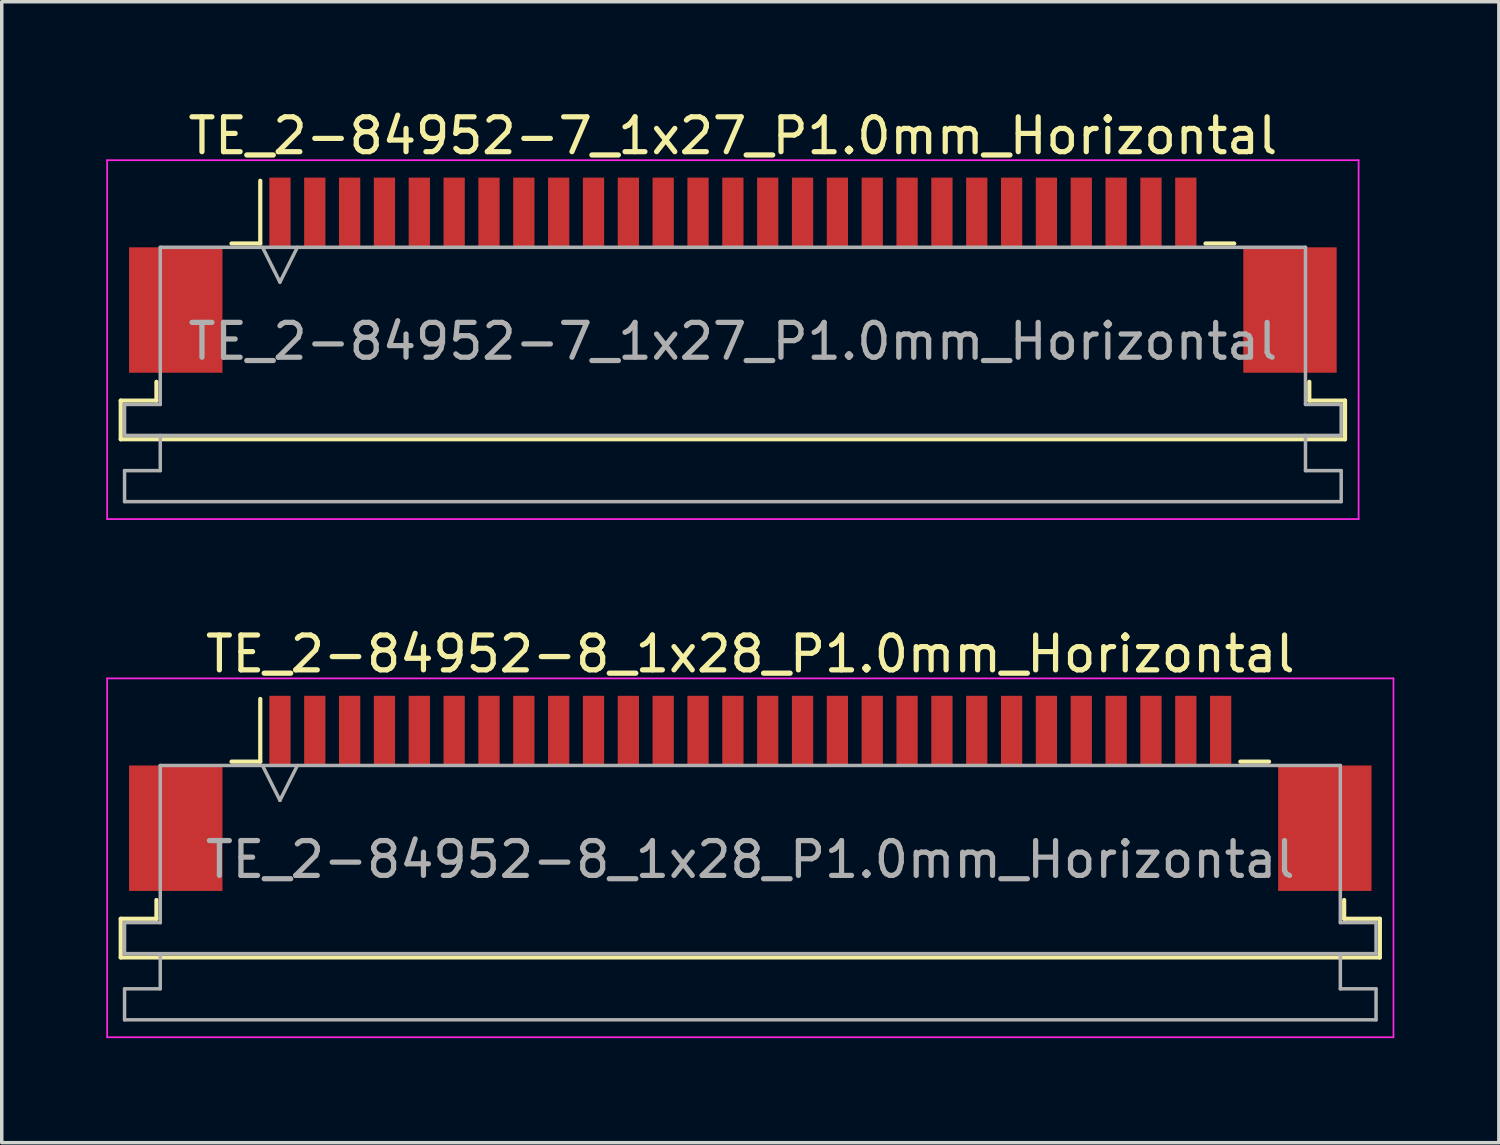
<source format=kicad_pcb>
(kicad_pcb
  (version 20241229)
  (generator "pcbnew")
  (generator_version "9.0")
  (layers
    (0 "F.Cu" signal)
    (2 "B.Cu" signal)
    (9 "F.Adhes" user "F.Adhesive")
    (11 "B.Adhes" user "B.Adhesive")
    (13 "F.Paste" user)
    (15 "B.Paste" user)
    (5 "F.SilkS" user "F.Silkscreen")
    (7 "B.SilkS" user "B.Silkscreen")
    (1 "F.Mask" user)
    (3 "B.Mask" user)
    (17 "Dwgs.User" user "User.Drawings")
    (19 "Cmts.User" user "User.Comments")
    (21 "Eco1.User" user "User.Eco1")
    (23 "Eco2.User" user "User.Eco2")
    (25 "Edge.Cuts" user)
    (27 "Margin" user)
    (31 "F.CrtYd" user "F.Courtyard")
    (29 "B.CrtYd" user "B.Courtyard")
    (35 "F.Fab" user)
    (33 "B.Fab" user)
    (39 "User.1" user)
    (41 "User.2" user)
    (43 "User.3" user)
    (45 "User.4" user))
  (footprint "TE_2-84952-7_1x27_P1.0mm_Horizontal"
    (layer "F.Cu")
    (at 17.985 4.848)
    (property "Reference" "TE_2-84952-7_1x27_P1.0mm_Horizontal" (at 0 -4 0) (layer "F.SilkS") (effects (font (size 1 1) (thickness 0.15))))
    (attr smd)
    (fp_line (start -17.57 3.6) (end -16.545 3.6) (stroke (width 0.12) (type solid)) (layer "F.SilkS"))
    (fp_line (start -17.57 4.71) (end -17.57 3.6) (stroke (width 0.12) (type solid)) (layer "F.SilkS"))
    (fp_line (start -16.545 3.6) (end -16.545 3.06) (stroke (width 0.12) (type solid)) (layer "F.SilkS"))
    (fp_line (start -14.39 -0.91) (end -13.565 -0.91) (stroke (width 0.12) (type solid)) (layer "F.SilkS"))
    (fp_line (start -13.565 -0.91) (end -13.565 -2.71) (stroke (width 0.12) (type solid)) (layer "F.SilkS"))
    (fp_line (start 13.565 -0.91) (end 14.39 -0.91) (stroke (width 0.12) (type solid)) (layer "F.SilkS"))
    (fp_line (start 16.545 3.06) (end 16.545 3.6) (stroke (width 0.12) (type solid)) (layer "F.SilkS"))
    (fp_line (start 16.545 3.6) (end 17.57 3.6) (stroke (width 0.12) (type solid)) (layer "F.SilkS"))
    (fp_line (start 17.57 3.6) (end 17.57 4.71) (stroke (width 0.12) (type solid)) (layer "F.SilkS"))
    (fp_line (start 17.57 4.71) (end -17.57 4.71) (stroke (width 0.12) (type solid)) (layer "F.SilkS"))
    (fp_line (start -17.96 -3.3) (end -17.96 7) (stroke (width 0.05) (type solid)) (layer "F.CrtYd"))
    (fp_line (start -17.96 7) (end 17.96 7) (stroke (width 0.05) (type solid)) (layer "F.CrtYd"))
    (fp_line (start 17.96 -3.3) (end -17.96 -3.3) (stroke (width 0.05) (type solid)) (layer "F.CrtYd"))
    (fp_line (start 17.96 7) (end 17.96 -3.3) (stroke (width 0.05) (type solid)) (layer "F.CrtYd"))
    (fp_line (start -17.46 3.71) (end -16.435 3.71) (stroke (width 0.1) (type solid)) (layer "F.Fab"))
    (fp_line (start -17.46 4.6) (end -17.46 3.71) (stroke (width 0.1) (type solid)) (layer "F.Fab"))
    (fp_line (start -17.46 5.61) (end -16.435 5.61) (stroke (width 0.1) (type solid)) (layer "F.Fab"))
    (fp_line (start -17.46 6.5) (end -17.46 5.61) (stroke (width 0.1) (type solid)) (layer "F.Fab"))
    (fp_line (start -16.435 -0.8) (end 16.435 -0.8) (stroke (width 0.1) (type solid)) (layer "F.Fab"))
    (fp_line (start -16.435 3.71) (end -16.435 -0.8) (stroke (width 0.1) (type solid)) (layer "F.Fab"))
    (fp_line (start -16.435 5.61) (end -16.435 4.6) (stroke (width 0.1) (type solid)) (layer "F.Fab"))
    (fp_line (start -13.5 -0.8) (end -13 0.2) (stroke (width 0.1) (type solid)) (layer "F.Fab"))
    (fp_line (start -13 0.2) (end -12.5 -0.8) (stroke (width 0.1) (type solid)) (layer "F.Fab"))
    (fp_line (start 16.435 -0.8) (end 16.435 3.71) (stroke (width 0.1) (type solid)) (layer "F.Fab"))
    (fp_line (start 16.435 3.71) (end 17.46 3.71) (stroke (width 0.1) (type solid)) (layer "F.Fab"))
    (fp_line (start 16.435 4.6) (end 16.435 5.61) (stroke (width 0.1) (type solid)) (layer "F.Fab"))
    (fp_line (start 16.435 5.61) (end 17.46 5.61) (stroke (width 0.1) (type solid)) (layer "F.Fab"))
    (fp_line (start 17.46 3.71) (end 17.46 4.6) (stroke (width 0.1) (type solid)) (layer "F.Fab"))
    (fp_line (start 17.46 4.6) (end -17.46 4.6) (stroke (width 0.1) (type solid)) (layer "F.Fab"))
    (fp_line (start 17.46 5.61) (end 17.46 6.5) (stroke (width 0.1) (type solid)) (layer "F.Fab"))
    (fp_line (start 17.46 6.5) (end -17.46 6.5) (stroke (width 0.1) (type solid)) (layer "F.Fab"))
    (fp_text user "${REFERENCE}" (at 0 1.9 0) (layer "F.Fab") (effects (font (size 1 1) (thickness 0.15))))
    (pad "" smd rect (at -15.99 1) (size 2.68 3.6) (layers "F.Cu" "F.Mask" "F.Paste"))
    (pad "" smd rect (at 15.99 1) (size 2.68 3.6) (layers "F.Cu" "F.Mask" "F.Paste"))
    (pad "1" smd rect (at -13 -1.8) (size 0.61 2) (layers "F.Cu" "F.Mask" "F.Paste"))
    (pad "2" smd rect (at -12 -1.8) (size 0.61 2) (layers "F.Cu" "F.Mask" "F.Paste"))
    (pad "3" smd rect (at -11 -1.8) (size 0.61 2) (layers "F.Cu" "F.Mask" "F.Paste"))
    (pad "4" smd rect (at -10 -1.8) (size 0.61 2) (layers "F.Cu" "F.Mask" "F.Paste"))
    (pad "5" smd rect (at -9 -1.8) (size 0.61 2) (layers "F.Cu" "F.Mask" "F.Paste"))
    (pad "6" smd rect (at -8 -1.8) (size 0.61 2) (layers "F.Cu" "F.Mask" "F.Paste"))
    (pad "7" smd rect (at -7 -1.8) (size 0.61 2) (layers "F.Cu" "F.Mask" "F.Paste"))
    (pad "8" smd rect (at -6 -1.8) (size 0.61 2) (layers "F.Cu" "F.Mask" "F.Paste"))
    (pad "9" smd rect (at -5 -1.8) (size 0.61 2) (layers "F.Cu" "F.Mask" "F.Paste"))
    (pad "10" smd rect (at -4 -1.8) (size 0.61 2) (layers "F.Cu" "F.Mask" "F.Paste"))
    (pad "11" smd rect (at -3 -1.8) (size 0.61 2) (layers "F.Cu" "F.Mask" "F.Paste"))
    (pad "12" smd rect (at -2 -1.8) (size 0.61 2) (layers "F.Cu" "F.Mask" "F.Paste"))
    (pad "13" smd rect (at -1 -1.8) (size 0.61 2) (layers "F.Cu" "F.Mask" "F.Paste"))
    (pad "14" smd rect (at 0 -1.8) (size 0.61 2) (layers "F.Cu" "F.Mask" "F.Paste"))
    (pad "15" smd rect (at 1 -1.8) (size 0.61 2) (layers "F.Cu" "F.Mask" "F.Paste"))
    (pad "16" smd rect (at 2 -1.8) (size 0.61 2) (layers "F.Cu" "F.Mask" "F.Paste"))
    (pad "17" smd rect (at 3 -1.8) (size 0.61 2) (layers "F.Cu" "F.Mask" "F.Paste"))
    (pad "18" smd rect (at 4 -1.8) (size 0.61 2) (layers "F.Cu" "F.Mask" "F.Paste"))
    (pad "19" smd rect (at 5 -1.8) (size 0.61 2) (layers "F.Cu" "F.Mask" "F.Paste"))
    (pad "20" smd rect (at 6 -1.8) (size 0.61 2) (layers "F.Cu" "F.Mask" "F.Paste"))
    (pad "21" smd rect (at 7 -1.8) (size 0.61 2) (layers "F.Cu" "F.Mask" "F.Paste"))
    (pad "22" smd rect (at 8 -1.8) (size 0.61 2) (layers "F.Cu" "F.Mask" "F.Paste"))
    (pad "23" smd rect (at 9 -1.8) (size 0.61 2) (layers "F.Cu" "F.Mask" "F.Paste"))
    (pad "24" smd rect (at 10 -1.8) (size 0.61 2) (layers "F.Cu" "F.Mask" "F.Paste"))
    (pad "25" smd rect (at 11 -1.8) (size 0.61 2) (layers "F.Cu" "F.Mask" "F.Paste"))
    (pad "26" smd rect (at 12 -1.8) (size 0.61 2) (layers "F.Cu" "F.Mask" "F.Paste"))
    (pad "27" smd rect (at 13 -1.8) (size 0.61 2) (layers "F.Cu" "F.Mask" "F.Paste")))
  (footprint "TE_2-84952-8_1x28_P1.0mm_Horizontal"
    (layer "F.Cu")
    (at 18.485 19.721)
    (property "Reference" "TE_2-84952-8_1x28_P1.0mm_Horizontal" (at 0 -4 0) (layer "F.SilkS") (effects (font (size 1 1) (thickness 0.15))))
    (attr smd)
    (fp_line (start -18.07 3.6) (end -17.045 3.6) (stroke (width 0.12) (type solid)) (layer "F.SilkS"))
    (fp_line (start -18.07 4.71) (end -18.07 3.6) (stroke (width 0.12) (type solid)) (layer "F.SilkS"))
    (fp_line (start -17.045 3.6) (end -17.045 3.06) (stroke (width 0.12) (type solid)) (layer "F.SilkS"))
    (fp_line (start -14.89 -0.91) (end -14.065 -0.91) (stroke (width 0.12) (type solid)) (layer "F.SilkS"))
    (fp_line (start -14.065 -0.91) (end -14.065 -2.71) (stroke (width 0.12) (type solid)) (layer "F.SilkS"))
    (fp_line (start 14.065 -0.91) (end 14.89 -0.91) (stroke (width 0.12) (type solid)) (layer "F.SilkS"))
    (fp_line (start 17.045 3.06) (end 17.045 3.6) (stroke (width 0.12) (type solid)) (layer "F.SilkS"))
    (fp_line (start 17.045 3.6) (end 18.07 3.6) (stroke (width 0.12) (type solid)) (layer "F.SilkS"))
    (fp_line (start 18.07 3.6) (end 18.07 4.71) (stroke (width 0.12) (type solid)) (layer "F.SilkS"))
    (fp_line (start 18.07 4.71) (end -18.07 4.71) (stroke (width 0.12) (type solid)) (layer "F.SilkS"))
    (fp_line (start -18.46 -3.3) (end -18.46 7) (stroke (width 0.05) (type solid)) (layer "F.CrtYd"))
    (fp_line (start -18.46 7) (end 18.46 7) (stroke (width 0.05) (type solid)) (layer "F.CrtYd"))
    (fp_line (start 18.46 -3.3) (end -18.46 -3.3) (stroke (width 0.05) (type solid)) (layer "F.CrtYd"))
    (fp_line (start 18.46 7) (end 18.46 -3.3) (stroke (width 0.05) (type solid)) (layer "F.CrtYd"))
    (fp_line (start -17.96 3.71) (end -16.935 3.71) (stroke (width 0.1) (type solid)) (layer "F.Fab"))
    (fp_line (start -17.96 4.6) (end -17.96 3.71) (stroke (width 0.1) (type solid)) (layer "F.Fab"))
    (fp_line (start -17.96 5.61) (end -16.935 5.61) (stroke (width 0.1) (type solid)) (layer "F.Fab"))
    (fp_line (start -17.96 6.5) (end -17.96 5.61) (stroke (width 0.1) (type solid)) (layer "F.Fab"))
    (fp_line (start -16.935 -0.8) (end 16.935 -0.8) (stroke (width 0.1) (type solid)) (layer "F.Fab"))
    (fp_line (start -16.935 3.71) (end -16.935 -0.8) (stroke (width 0.1) (type solid)) (layer "F.Fab"))
    (fp_line (start -16.935 5.61) (end -16.935 4.6) (stroke (width 0.1) (type solid)) (layer "F.Fab"))
    (fp_line (start -14 -0.8) (end -13.5 0.2) (stroke (width 0.1) (type solid)) (layer "F.Fab"))
    (fp_line (start -13.5 0.2) (end -13 -0.8) (stroke (width 0.1) (type solid)) (layer "F.Fab"))
    (fp_line (start 16.935 -0.8) (end 16.935 3.71) (stroke (width 0.1) (type solid)) (layer "F.Fab"))
    (fp_line (start 16.935 3.71) (end 17.96 3.71) (stroke (width 0.1) (type solid)) (layer "F.Fab"))
    (fp_line (start 16.935 4.6) (end 16.935 5.61) (stroke (width 0.1) (type solid)) (layer "F.Fab"))
    (fp_line (start 16.935 5.61) (end 17.96 5.61) (stroke (width 0.1) (type solid)) (layer "F.Fab"))
    (fp_line (start 17.96 3.71) (end 17.96 4.6) (stroke (width 0.1) (type solid)) (layer "F.Fab"))
    (fp_line (start 17.96 4.6) (end -17.96 4.6) (stroke (width 0.1) (type solid)) (layer "F.Fab"))
    (fp_line (start 17.96 5.61) (end 17.96 6.5) (stroke (width 0.1) (type solid)) (layer "F.Fab"))
    (fp_line (start 17.96 6.5) (end -17.96 6.5) (stroke (width 0.1) (type solid)) (layer "F.Fab"))
    (fp_text user "${REFERENCE}" (at 0 1.9 0) (layer "F.Fab") (effects (font (size 1 1) (thickness 0.15))))
    (pad "" smd rect (at -16.49 1) (size 2.68 3.6) (layers "F.Cu" "F.Mask" "F.Paste"))
    (pad "" smd rect (at 16.49 1) (size 2.68 3.6) (layers "F.Cu" "F.Mask" "F.Paste"))
    (pad "1" smd rect (at -13.5 -1.8) (size 0.61 2) (layers "F.Cu" "F.Mask" "F.Paste"))
    (pad "2" smd rect (at -12.5 -1.8) (size 0.61 2) (layers "F.Cu" "F.Mask" "F.Paste"))
    (pad "3" smd rect (at -11.5 -1.8) (size 0.61 2) (layers "F.Cu" "F.Mask" "F.Paste"))
    (pad "4" smd rect (at -10.5 -1.8) (size 0.61 2) (layers "F.Cu" "F.Mask" "F.Paste"))
    (pad "5" smd rect (at -9.5 -1.8) (size 0.61 2) (layers "F.Cu" "F.Mask" "F.Paste"))
    (pad "6" smd rect (at -8.5 -1.8) (size 0.61 2) (layers "F.Cu" "F.Mask" "F.Paste"))
    (pad "7" smd rect (at -7.5 -1.8) (size 0.61 2) (layers "F.Cu" "F.Mask" "F.Paste"))
    (pad "8" smd rect (at -6.5 -1.8) (size 0.61 2) (layers "F.Cu" "F.Mask" "F.Paste"))
    (pad "9" smd rect (at -5.5 -1.8) (size 0.61 2) (layers "F.Cu" "F.Mask" "F.Paste"))
    (pad "10" smd rect (at -4.5 -1.8) (size 0.61 2) (layers "F.Cu" "F.Mask" "F.Paste"))
    (pad "11" smd rect (at -3.5 -1.8) (size 0.61 2) (layers "F.Cu" "F.Mask" "F.Paste"))
    (pad "12" smd rect (at -2.5 -1.8) (size 0.61 2) (layers "F.Cu" "F.Mask" "F.Paste"))
    (pad "13" smd rect (at -1.5 -1.8) (size 0.61 2) (layers "F.Cu" "F.Mask" "F.Paste"))
    (pad "14" smd rect (at -0.5 -1.8) (size 0.61 2) (layers "F.Cu" "F.Mask" "F.Paste"))
    (pad "15" smd rect (at 0.5 -1.8) (size 0.61 2) (layers "F.Cu" "F.Mask" "F.Paste"))
    (pad "16" smd rect (at 1.5 -1.8) (size 0.61 2) (layers "F.Cu" "F.Mask" "F.Paste"))
    (pad "17" smd rect (at 2.5 -1.8) (size 0.61 2) (layers "F.Cu" "F.Mask" "F.Paste"))
    (pad "18" smd rect (at 3.5 -1.8) (size 0.61 2) (layers "F.Cu" "F.Mask" "F.Paste"))
    (pad "19" smd rect (at 4.5 -1.8) (size 0.61 2) (layers "F.Cu" "F.Mask" "F.Paste"))
    (pad "20" smd rect (at 5.5 -1.8) (size 0.61 2) (layers "F.Cu" "F.Mask" "F.Paste"))
    (pad "21" smd rect (at 6.5 -1.8) (size 0.61 2) (layers "F.Cu" "F.Mask" "F.Paste"))
    (pad "22" smd rect (at 7.5 -1.8) (size 0.61 2) (layers "F.Cu" "F.Mask" "F.Paste"))
    (pad "23" smd rect (at 8.5 -1.8) (size 0.61 2) (layers "F.Cu" "F.Mask" "F.Paste"))
    (pad "24" smd rect (at 9.5 -1.8) (size 0.61 2) (layers "F.Cu" "F.Mask" "F.Paste"))
    (pad "25" smd rect (at 10.5 -1.8) (size 0.61 2) (layers "F.Cu" "F.Mask" "F.Paste"))
    (pad "26" smd rect (at 11.5 -1.8) (size 0.61 2) (layers "F.Cu" "F.Mask" "F.Paste"))
    (pad "27" smd rect (at 12.5 -1.8) (size 0.61 2) (layers "F.Cu" "F.Mask" "F.Paste"))
    (pad "28" smd rect (at 13.5 -1.8) (size 0.61 2) (layers "F.Cu" "F.Mask" "F.Paste")))
  (gr_rect
    (start -3 -3)
    (end 39.97 29.747)
    (stroke (width 0.1) (type default))
    (fill no)
    (layer "Edge.Cuts")))
</source>
